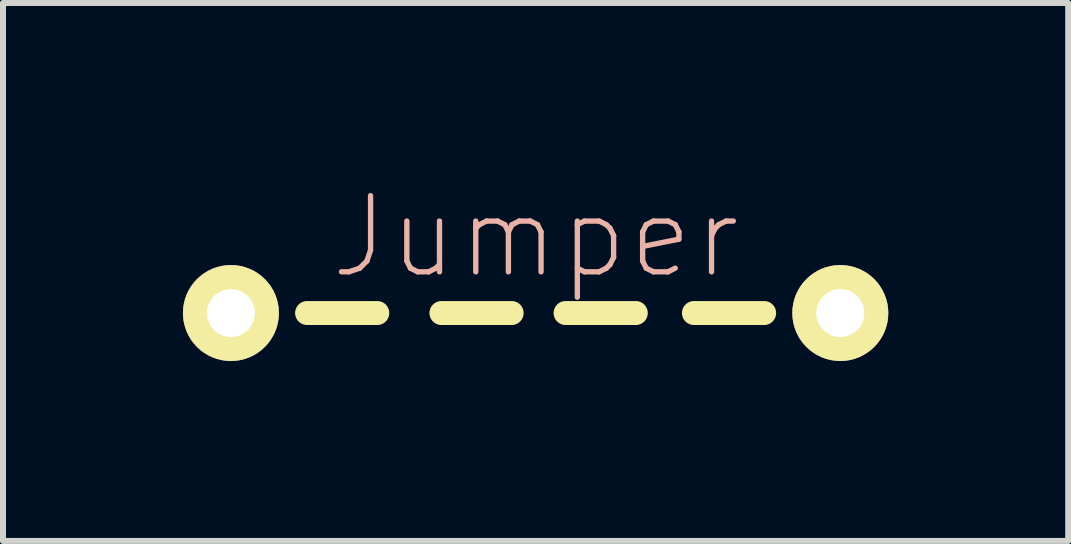
<source format=kicad_pcb>
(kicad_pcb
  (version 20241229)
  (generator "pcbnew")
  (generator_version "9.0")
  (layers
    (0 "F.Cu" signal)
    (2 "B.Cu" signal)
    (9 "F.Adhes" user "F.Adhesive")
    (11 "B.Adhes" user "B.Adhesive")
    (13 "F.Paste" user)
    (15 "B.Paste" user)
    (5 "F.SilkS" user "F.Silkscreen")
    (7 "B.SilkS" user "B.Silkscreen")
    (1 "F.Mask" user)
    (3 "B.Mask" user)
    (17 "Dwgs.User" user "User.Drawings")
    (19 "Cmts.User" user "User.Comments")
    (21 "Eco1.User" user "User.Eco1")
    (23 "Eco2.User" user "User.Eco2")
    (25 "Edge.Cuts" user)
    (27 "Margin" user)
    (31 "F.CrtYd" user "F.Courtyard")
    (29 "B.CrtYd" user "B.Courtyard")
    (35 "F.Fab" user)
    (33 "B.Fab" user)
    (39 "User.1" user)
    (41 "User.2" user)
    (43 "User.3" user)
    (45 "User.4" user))
  (footprint "Jumper"
    (layer "F.Cu")
    (at 5.88 2.169)
    (property "Reference" "Jumper" (at 0 -1.27 0) (layer "B.SilkS") (effects (font (size 1.27 1.27) (thickness 0.089))))
    (attr exclude_from_pos_files exclude_from_bom)
    (fp_line (start -3.81 0) (end -2.64 0) (stroke (width 0.4) (type solid)) (layer "F.SilkS"))
    (fp_line (start -1.57 0) (end -0.4 0) (stroke (width 0.4) (type solid)) (layer "F.SilkS"))
    (fp_line (start 0.5 0) (end 1.67 0) (stroke (width 0.4) (type solid)) (layer "F.SilkS"))
    (fp_line (start 2.64 0) (end 3.81 0) (stroke (width 0.4) (type solid)) (layer "F.SilkS"))
    (pad "1" thru_hole circle (at -5.08 0) (size 1.6 1.6) (drill 0.8) (layers "*.Cu" "F.Mask" "F.SilkS" "F.Paste"))
    (pad "2" thru_hole circle (at 5.08 0) (size 1.6 1.6) (drill 0.8) (layers "*.Cu" "F.Mask" "F.SilkS" "F.Paste")))
  (gr_rect
    (start -3 -3)
    (end 14.76 5.969)
    (stroke (width 0.1) (type default))
    (fill no)
    (layer "Edge.Cuts")))
</source>
